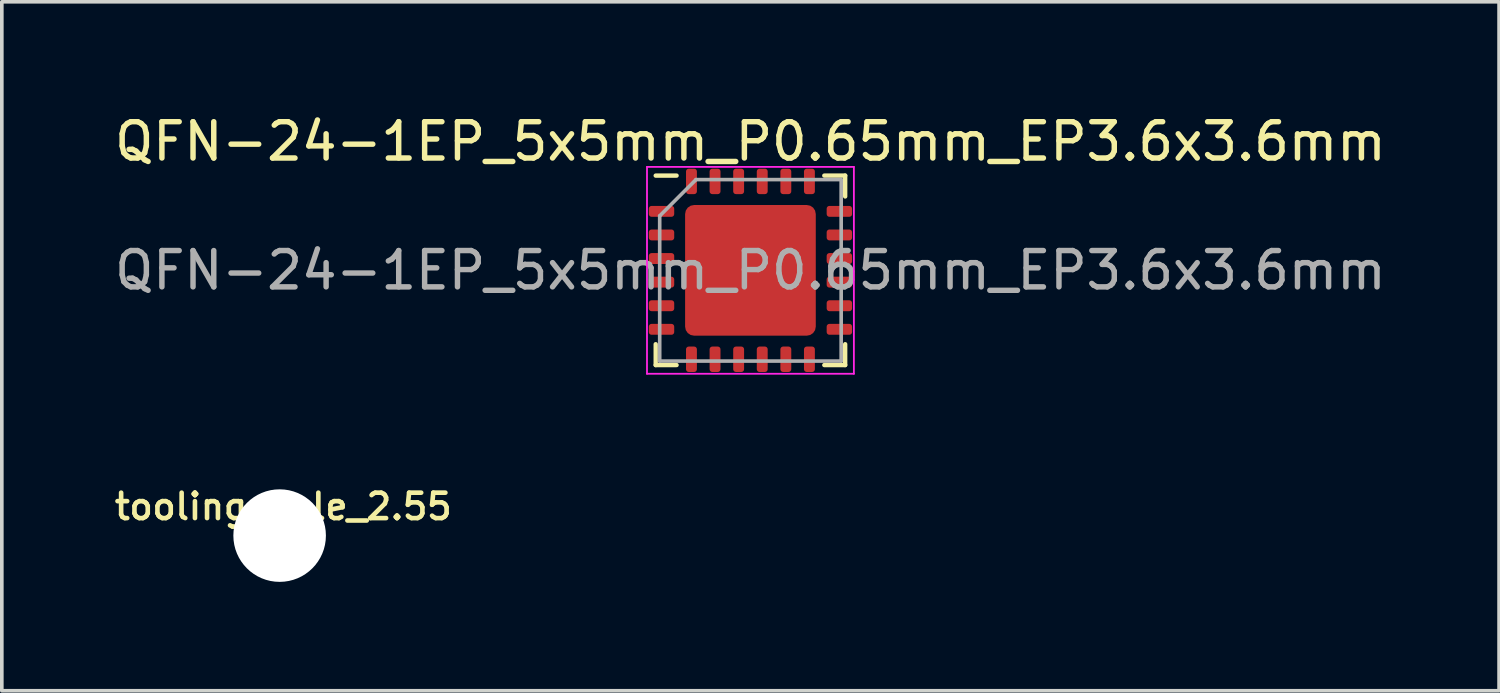
<source format=kicad_pcb>
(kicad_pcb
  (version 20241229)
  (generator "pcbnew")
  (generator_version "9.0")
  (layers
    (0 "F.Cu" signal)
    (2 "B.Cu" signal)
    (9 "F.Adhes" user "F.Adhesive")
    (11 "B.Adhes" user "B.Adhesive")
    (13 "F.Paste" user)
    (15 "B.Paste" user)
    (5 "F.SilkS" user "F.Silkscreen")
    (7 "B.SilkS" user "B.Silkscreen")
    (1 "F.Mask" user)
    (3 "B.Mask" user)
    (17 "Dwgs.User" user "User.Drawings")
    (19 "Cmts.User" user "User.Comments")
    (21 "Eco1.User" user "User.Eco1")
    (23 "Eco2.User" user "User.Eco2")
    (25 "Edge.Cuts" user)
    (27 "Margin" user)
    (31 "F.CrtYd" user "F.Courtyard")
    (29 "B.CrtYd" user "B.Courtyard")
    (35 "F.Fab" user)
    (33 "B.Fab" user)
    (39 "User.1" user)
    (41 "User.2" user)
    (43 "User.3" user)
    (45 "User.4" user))
  (footprint "tooling_hole_2.55"
    (layer "F.Cu")
    (at 4.654 11.706)
    (property "Reference" "tooling_hole_2.55" (at 0.1 -0.8 0) (layer "F.SilkS") (effects (font (size 0.7 0.7) (thickness 0.127))))
    (attr exclude_from_pos_files exclude_from_bom)
    (pad "" np_thru_hole circle (at 0 0) (size 2.55 2.55) (drill 2.55) (layers "*.Cu" "*.Paste" "*.Mask")))
  (footprint "QFN-24-1EP_5x5mm_P0.65mm_EP3.6x3.6mm"
    (layer "F.Cu")
    (at 17.625 4.398)
    (property "Reference" "QFN-24-1EP_5x5mm_P0.65mm_EP3.6x3.6mm" (at 0 -3.55 0) (layer "F.SilkS") (effects (font (size 1 1) (thickness 0.15))))
    (attr smd)
    (fp_line (start -2.61 2.61) (end -2.61 2.035) (stroke (width 0.12) (type solid)) (layer "F.SilkS"))
    (fp_line (start -2.035 -2.61) (end -2.61 -2.61) (stroke (width 0.12) (type solid)) (layer "F.SilkS"))
    (fp_line (start -2.035 2.61) (end -2.61 2.61) (stroke (width 0.12) (type solid)) (layer "F.SilkS"))
    (fp_line (start 2.035 -2.61) (end 2.61 -2.61) (stroke (width 0.12) (type solid)) (layer "F.SilkS"))
    (fp_line (start 2.035 2.61) (end 2.61 2.61) (stroke (width 0.12) (type solid)) (layer "F.SilkS"))
    (fp_line (start 2.61 -2.61) (end 2.61 -2.035) (stroke (width 0.12) (type solid)) (layer "F.SilkS"))
    (fp_line (start 2.61 2.61) (end 2.61 2.035) (stroke (width 0.12) (type solid)) (layer "F.SilkS"))
    (fp_line (start -2.85 -2.85) (end -2.85 2.85) (stroke (width 0.05) (type solid)) (layer "F.CrtYd"))
    (fp_line (start -2.85 2.85) (end 2.85 2.85) (stroke (width 0.05) (type solid)) (layer "F.CrtYd"))
    (fp_line (start 2.85 -2.85) (end -2.85 -2.85) (stroke (width 0.05) (type solid)) (layer "F.CrtYd"))
    (fp_line (start 2.85 2.85) (end 2.85 -2.85) (stroke (width 0.05) (type solid)) (layer "F.CrtYd"))
    (fp_line (start -2.5 -1.5) (end -1.5 -2.5) (stroke (width 0.1) (type solid)) (layer "F.Fab"))
    (fp_line (start -2.5 2.5) (end -2.5 -1.5) (stroke (width 0.1) (type solid)) (layer "F.Fab"))
    (fp_line (start -1.5 -2.5) (end 2.5 -2.5) (stroke (width 0.1) (type solid)) (layer "F.Fab"))
    (fp_line (start 2.5 -2.5) (end 2.5 2.5) (stroke (width 0.1) (type solid)) (layer "F.Fab"))
    (fp_line (start 2.5 2.5) (end -2.5 2.5) (stroke (width 0.1) (type solid)) (layer "F.Fab"))
    (fp_text user "${REFERENCE}" (at 0 0 0) (layer "F.Fab") (effects (font (size 1 1) (thickness 0.15))))
    (pad "" smd roundrect (at -1.2 -1.2) (size 0.97 0.97) (layers "F.Paste") (roundrect_rratio 0.25))
    (pad "" smd roundrect (at -1.2 0) (size 0.97 0.97) (layers "F.Paste") (roundrect_rratio 0.25))
    (pad "" smd roundrect (at -1.2 1.2) (size 0.97 0.97) (layers "F.Paste") (roundrect_rratio 0.25))
    (pad "" smd roundrect (at 0 -1.2) (size 0.97 0.97) (layers "F.Paste") (roundrect_rratio 0.25))
    (pad "" smd roundrect (at 0 0) (size 0.97 0.97) (layers "F.Paste") (roundrect_rratio 0.25))
    (pad "" smd roundrect (at 0 1.2) (size 0.97 0.97) (layers "F.Paste") (roundrect_rratio 0.25))
    (pad "" smd roundrect (at 1.2 -1.2) (size 0.97 0.97) (layers "F.Paste") (roundrect_rratio 0.25))
    (pad "" smd roundrect (at 1.2 0) (size 0.97 0.97) (layers "F.Paste") (roundrect_rratio 0.25))
    (pad "" smd roundrect (at 1.2 1.2) (size 0.97 0.97) (layers "F.Paste") (roundrect_rratio 0.25))
    (pad "1" smd roundrect (at -2.45 -1.625) (size 0.7 0.3) (layers "F.Cu" "F.Mask" "F.Paste") (roundrect_rratio 0.25))
    (pad "2" smd roundrect (at -2.45 -0.975) (size 0.7 0.3) (layers "F.Cu" "F.Mask" "F.Paste") (roundrect_rratio 0.25))
    (pad "3" smd roundrect (at -2.45 -0.325) (size 0.7 0.3) (layers "F.Cu" "F.Mask" "F.Paste") (roundrect_rratio 0.25))
    (pad "4" smd roundrect (at -2.45 0.325) (size 0.7 0.3) (layers "F.Cu" "F.Mask" "F.Paste") (roundrect_rratio 0.25))
    (pad "5" smd roundrect (at -2.45 0.975) (size 0.7 0.3) (layers "F.Cu" "F.Mask" "F.Paste") (roundrect_rratio 0.25))
    (pad "6" smd roundrect (at -2.45 1.625) (size 0.7 0.3) (layers "F.Cu" "F.Mask" "F.Paste") (roundrect_rratio 0.25))
    (pad "7" smd roundrect (at -1.625 2.45) (size 0.3 0.7) (layers "F.Cu" "F.Mask" "F.Paste") (roundrect_rratio 0.25))
    (pad "8" smd roundrect (at -0.975 2.45) (size 0.3 0.7) (layers "F.Cu" "F.Mask" "F.Paste") (roundrect_rratio 0.25))
    (pad "9" smd roundrect (at -0.325 2.45) (size 0.3 0.7) (layers "F.Cu" "F.Mask" "F.Paste") (roundrect_rratio 0.25))
    (pad "10" smd roundrect (at 0.325 2.45) (size 0.3 0.7) (layers "F.Cu" "F.Mask" "F.Paste") (roundrect_rratio 0.25))
    (pad "11" smd roundrect (at 0.975 2.45) (size 0.3 0.7) (layers "F.Cu" "F.Mask" "F.Paste") (roundrect_rratio 0.25))
    (pad "12" smd roundrect (at 1.625 2.45) (size 0.3 0.7) (layers "F.Cu" "F.Mask" "F.Paste") (roundrect_rratio 0.25))
    (pad "13" smd roundrect (at 2.45 1.625) (size 0.7 0.3) (layers "F.Cu" "F.Mask" "F.Paste") (roundrect_rratio 0.25))
    (pad "14" smd roundrect (at 2.45 0.975) (size 0.7 0.3) (layers "F.Cu" "F.Mask" "F.Paste") (roundrect_rratio 0.25))
    (pad "15" smd roundrect (at 2.45 0.325) (size 0.7 0.3) (layers "F.Cu" "F.Mask" "F.Paste") (roundrect_rratio 0.25))
    (pad "16" smd roundrect (at 2.45 -0.325) (size 0.7 0.3) (layers "F.Cu" "F.Mask" "F.Paste") (roundrect_rratio 0.25))
    (pad "17" smd roundrect (at 2.45 -0.975) (size 0.7 0.3) (layers "F.Cu" "F.Mask" "F.Paste") (roundrect_rratio 0.25))
    (pad "18" smd roundrect (at 2.45 -1.625) (size 0.7 0.3) (layers "F.Cu" "F.Mask" "F.Paste") (roundrect_rratio 0.25))
    (pad "19" smd roundrect (at 1.625 -2.45) (size 0.3 0.7) (layers "F.Cu" "F.Mask" "F.Paste") (roundrect_rratio 0.25))
    (pad "20" smd roundrect (at 0.975 -2.45) (size 0.3 0.7) (layers "F.Cu" "F.Mask" "F.Paste") (roundrect_rratio 0.25))
    (pad "21" smd roundrect (at 0.325 -2.45) (size 0.3 0.7) (layers "F.Cu" "F.Mask" "F.Paste") (roundrect_rratio 0.25))
    (pad "22" smd roundrect (at -0.325 -2.45) (size 0.3 0.7) (layers "F.Cu" "F.Mask" "F.Paste") (roundrect_rratio 0.25))
    (pad "23" smd roundrect (at -0.975 -2.45) (size 0.3 0.7) (layers "F.Cu" "F.Mask" "F.Paste") (roundrect_rratio 0.25))
    (pad "24" smd roundrect (at -1.625 -2.45) (size 0.3 0.7) (layers "F.Cu" "F.Mask" "F.Paste") (roundrect_rratio 0.25))
    (pad "25" smd roundrect (at 0 0) (size 3.6 3.6) (layers "F.Cu" "F.Mask") (roundrect_rratio 0.069)))
  (gr_rect
    (start -3 -3)
    (end 38.25 15.981)
    (stroke (width 0.1) (type default))
    (fill no)
    (layer "Edge.Cuts")))
</source>
